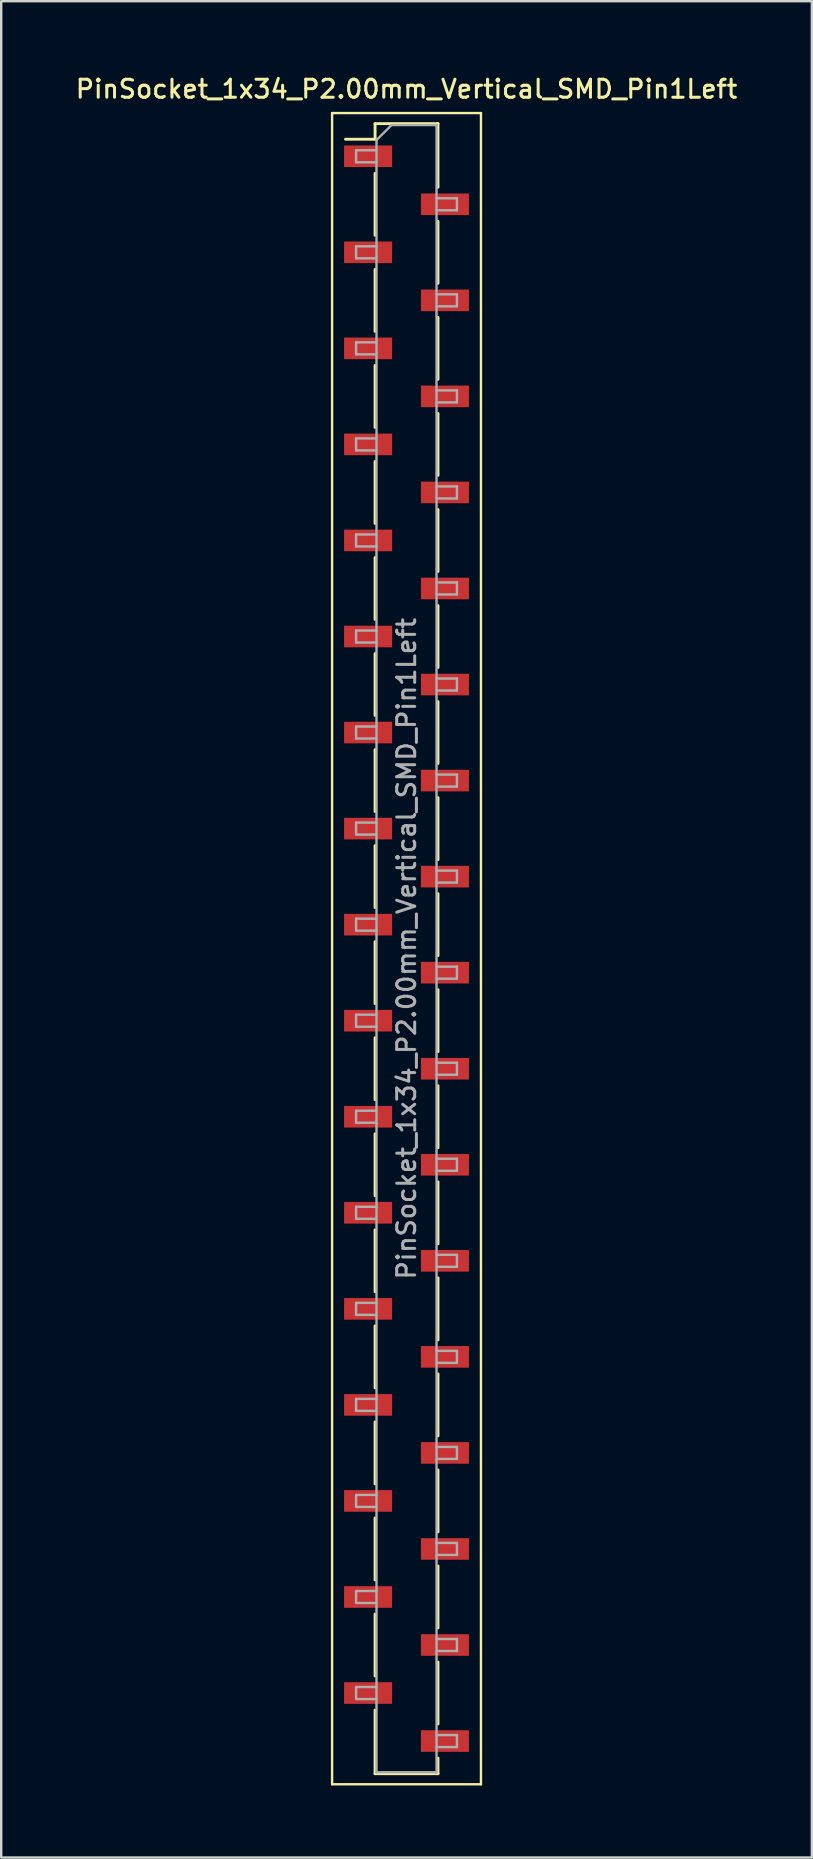
<source format=kicad_pcb>
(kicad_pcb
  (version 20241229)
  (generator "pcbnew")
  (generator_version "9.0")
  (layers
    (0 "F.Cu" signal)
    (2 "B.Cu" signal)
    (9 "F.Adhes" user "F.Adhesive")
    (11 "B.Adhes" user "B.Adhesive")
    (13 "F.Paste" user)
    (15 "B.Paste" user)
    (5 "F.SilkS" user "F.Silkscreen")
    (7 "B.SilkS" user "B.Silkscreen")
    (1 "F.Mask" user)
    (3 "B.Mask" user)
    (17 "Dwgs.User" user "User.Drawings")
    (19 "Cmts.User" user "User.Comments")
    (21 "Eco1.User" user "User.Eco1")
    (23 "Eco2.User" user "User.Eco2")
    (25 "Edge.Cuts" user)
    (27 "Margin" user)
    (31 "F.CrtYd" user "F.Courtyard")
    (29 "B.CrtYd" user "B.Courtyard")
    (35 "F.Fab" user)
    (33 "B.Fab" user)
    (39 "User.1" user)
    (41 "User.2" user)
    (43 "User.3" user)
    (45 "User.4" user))
  (footprint "PinSocket_1x34_P2.00mm_Vertical_SMD_Pin1Left"
    (layer "F.Cu")
    (at 13.88 36.458)
    (property "Reference" "PinSocket_1x34_P2.00mm_Vertical_SMD_Pin1Left" (at 0 -35.8 0) (layer "F.SilkS") (effects (font (size 0.75 0.75) (thickness 0.125))))
    (attr smd)
    (fp_line (start -3.1 -34.8) (end 3.1 -34.8) (stroke (width 0.1) (type solid)) (layer "F.SilkS"))
    (fp_line (start -3.1 34.8) (end -3.1 -34.8) (stroke (width 0.1) (type solid)) (layer "F.SilkS"))
    (fp_line (start -2.54 -33.71) (end -1.31 -33.71) (stroke (width 0.12) (type solid)) (layer "F.SilkS"))
    (fp_line (start -1.31 -34.36) (end -1.31 -33.71) (stroke (width 0.12) (type solid)) (layer "F.SilkS"))
    (fp_line (start -1.31 -34.36) (end 1.31 -34.36) (stroke (width 0.12) (type solid)) (layer "F.SilkS"))
    (fp_line (start -1.31 -32.29) (end -1.31 -29.71) (stroke (width 0.12) (type solid)) (layer "F.SilkS"))
    (fp_line (start -1.31 -28.29) (end -1.31 -25.71) (stroke (width 0.12) (type solid)) (layer "F.SilkS"))
    (fp_line (start -1.31 -24.29) (end -1.31 -21.71) (stroke (width 0.12) (type solid)) (layer "F.SilkS"))
    (fp_line (start -1.31 -20.29) (end -1.31 -17.71) (stroke (width 0.12) (type solid)) (layer "F.SilkS"))
    (fp_line (start -1.31 -16.29) (end -1.31 -13.71) (stroke (width 0.12) (type solid)) (layer "F.SilkS"))
    (fp_line (start -1.31 -12.29) (end -1.31 -9.71) (stroke (width 0.12) (type solid)) (layer "F.SilkS"))
    (fp_line (start -1.31 -8.29) (end -1.31 -5.71) (stroke (width 0.12) (type solid)) (layer "F.SilkS"))
    (fp_line (start -1.31 -4.29) (end -1.31 -1.71) (stroke (width 0.12) (type solid)) (layer "F.SilkS"))
    (fp_line (start -1.31 -0.29) (end -1.31 2.29) (stroke (width 0.12) (type solid)) (layer "F.SilkS"))
    (fp_line (start -1.31 3.71) (end -1.31 6.29) (stroke (width 0.12) (type solid)) (layer "F.SilkS"))
    (fp_line (start -1.31 7.71) (end -1.31 10.29) (stroke (width 0.12) (type solid)) (layer "F.SilkS"))
    (fp_line (start -1.31 11.71) (end -1.31 14.29) (stroke (width 0.12) (type solid)) (layer "F.SilkS"))
    (fp_line (start -1.31 15.71) (end -1.31 18.29) (stroke (width 0.12) (type solid)) (layer "F.SilkS"))
    (fp_line (start -1.31 19.71) (end -1.31 22.29) (stroke (width 0.12) (type solid)) (layer "F.SilkS"))
    (fp_line (start -1.31 23.71) (end -1.31 26.29) (stroke (width 0.12) (type solid)) (layer "F.SilkS"))
    (fp_line (start -1.31 27.71) (end -1.31 30.29) (stroke (width 0.12) (type solid)) (layer "F.SilkS"))
    (fp_line (start -1.31 31.71) (end -1.31 34.36) (stroke (width 0.12) (type solid)) (layer "F.SilkS"))
    (fp_line (start -1.31 34.36) (end 1.31 34.36) (stroke (width 0.12) (type solid)) (layer "F.SilkS"))
    (fp_line (start 1.31 -34.36) (end 1.31 -31.71) (stroke (width 0.12) (type solid)) (layer "F.SilkS"))
    (fp_line (start 1.31 -30.29) (end 1.31 -27.71) (stroke (width 0.12) (type solid)) (layer "F.SilkS"))
    (fp_line (start 1.31 -26.29) (end 1.31 -23.71) (stroke (width 0.12) (type solid)) (layer "F.SilkS"))
    (fp_line (start 1.31 -22.29) (end 1.31 -19.71) (stroke (width 0.12) (type solid)) (layer "F.SilkS"))
    (fp_line (start 1.31 -18.29) (end 1.31 -15.71) (stroke (width 0.12) (type solid)) (layer "F.SilkS"))
    (fp_line (start 1.31 -14.29) (end 1.31 -11.71) (stroke (width 0.12) (type solid)) (layer "F.SilkS"))
    (fp_line (start 1.31 -10.29) (end 1.31 -7.71) (stroke (width 0.12) (type solid)) (layer "F.SilkS"))
    (fp_line (start 1.31 -6.29) (end 1.31 -3.71) (stroke (width 0.12) (type solid)) (layer "F.SilkS"))
    (fp_line (start 1.31 -2.29) (end 1.31 0.29) (stroke (width 0.12) (type solid)) (layer "F.SilkS"))
    (fp_line (start 1.31 1.71) (end 1.31 4.29) (stroke (width 0.12) (type solid)) (layer "F.SilkS"))
    (fp_line (start 1.31 5.71) (end 1.31 8.29) (stroke (width 0.12) (type solid)) (layer "F.SilkS"))
    (fp_line (start 1.31 9.71) (end 1.31 12.29) (stroke (width 0.12) (type solid)) (layer "F.SilkS"))
    (fp_line (start 1.31 13.71) (end 1.31 16.29) (stroke (width 0.12) (type solid)) (layer "F.SilkS"))
    (fp_line (start 1.31 17.71) (end 1.31 20.29) (stroke (width 0.12) (type solid)) (layer "F.SilkS"))
    (fp_line (start 1.31 21.71) (end 1.31 24.29) (stroke (width 0.12) (type solid)) (layer "F.SilkS"))
    (fp_line (start 1.31 25.71) (end 1.31 28.29) (stroke (width 0.12) (type solid)) (layer "F.SilkS"))
    (fp_line (start 1.31 29.71) (end 1.31 32.29) (stroke (width 0.12) (type solid)) (layer "F.SilkS"))
    (fp_line (start 1.31 33.71) (end 1.31 34.36) (stroke (width 0.12) (type solid)) (layer "F.SilkS"))
    (fp_line (start 3.1 -34.8) (end 3.1 34.8) (stroke (width 0.1) (type solid)) (layer "F.SilkS"))
    (fp_line (start 3.1 34.8) (end -3.1 34.8) (stroke (width 0.1) (type solid)) (layer "F.SilkS"))
    (fp_line (start -2.1 -33.25) (end -1.25 -33.25) (stroke (width 0.1) (type solid)) (layer "F.Fab"))
    (fp_line (start -2.1 -32.75) (end -2.1 -33.25) (stroke (width 0.1) (type solid)) (layer "F.Fab"))
    (fp_line (start -2.1 -29.25) (end -1.25 -29.25) (stroke (width 0.1) (type solid)) (layer "F.Fab"))
    (fp_line (start -2.1 -28.75) (end -2.1 -29.25) (stroke (width 0.1) (type solid)) (layer "F.Fab"))
    (fp_line (start -2.1 -25.25) (end -1.25 -25.25) (stroke (width 0.1) (type solid)) (layer "F.Fab"))
    (fp_line (start -2.1 -24.75) (end -2.1 -25.25) (stroke (width 0.1) (type solid)) (layer "F.Fab"))
    (fp_line (start -2.1 -21.25) (end -1.25 -21.25) (stroke (width 0.1) (type solid)) (layer "F.Fab"))
    (fp_line (start -2.1 -20.75) (end -2.1 -21.25) (stroke (width 0.1) (type solid)) (layer "F.Fab"))
    (fp_line (start -2.1 -17.25) (end -1.25 -17.25) (stroke (width 0.1) (type solid)) (layer "F.Fab"))
    (fp_line (start -2.1 -16.75) (end -2.1 -17.25) (stroke (width 0.1) (type solid)) (layer "F.Fab"))
    (fp_line (start -2.1 -13.25) (end -1.25 -13.25) (stroke (width 0.1) (type solid)) (layer "F.Fab"))
    (fp_line (start -2.1 -12.75) (end -2.1 -13.25) (stroke (width 0.1) (type solid)) (layer "F.Fab"))
    (fp_line (start -2.1 -9.25) (end -1.25 -9.25) (stroke (width 0.1) (type solid)) (layer "F.Fab"))
    (fp_line (start -2.1 -8.75) (end -2.1 -9.25) (stroke (width 0.1) (type solid)) (layer "F.Fab"))
    (fp_line (start -2.1 -5.25) (end -1.25 -5.25) (stroke (width 0.1) (type solid)) (layer "F.Fab"))
    (fp_line (start -2.1 -4.75) (end -2.1 -5.25) (stroke (width 0.1) (type solid)) (layer "F.Fab"))
    (fp_line (start -2.1 -1.25) (end -1.25 -1.25) (stroke (width 0.1) (type solid)) (layer "F.Fab"))
    (fp_line (start -2.1 -0.75) (end -2.1 -1.25) (stroke (width 0.1) (type solid)) (layer "F.Fab"))
    (fp_line (start -2.1 2.75) (end -1.25 2.75) (stroke (width 0.1) (type solid)) (layer "F.Fab"))
    (fp_line (start -2.1 3.25) (end -2.1 2.75) (stroke (width 0.1) (type solid)) (layer "F.Fab"))
    (fp_line (start -2.1 6.75) (end -1.25 6.75) (stroke (width 0.1) (type solid)) (layer "F.Fab"))
    (fp_line (start -2.1 7.25) (end -2.1 6.75) (stroke (width 0.1) (type solid)) (layer "F.Fab"))
    (fp_line (start -2.1 10.75) (end -1.25 10.75) (stroke (width 0.1) (type solid)) (layer "F.Fab"))
    (fp_line (start -2.1 11.25) (end -2.1 10.75) (stroke (width 0.1) (type solid)) (layer "F.Fab"))
    (fp_line (start -2.1 14.75) (end -1.25 14.75) (stroke (width 0.1) (type solid)) (layer "F.Fab"))
    (fp_line (start -2.1 15.25) (end -2.1 14.75) (stroke (width 0.1) (type solid)) (layer "F.Fab"))
    (fp_line (start -2.1 18.75) (end -1.25 18.75) (stroke (width 0.1) (type solid)) (layer "F.Fab"))
    (fp_line (start -2.1 19.25) (end -2.1 18.75) (stroke (width 0.1) (type solid)) (layer "F.Fab"))
    (fp_line (start -2.1 22.75) (end -1.25 22.75) (stroke (width 0.1) (type solid)) (layer "F.Fab"))
    (fp_line (start -2.1 23.25) (end -2.1 22.75) (stroke (width 0.1) (type solid)) (layer "F.Fab"))
    (fp_line (start -2.1 26.75) (end -1.25 26.75) (stroke (width 0.1) (type solid)) (layer "F.Fab"))
    (fp_line (start -2.1 27.25) (end -2.1 26.75) (stroke (width 0.1) (type solid)) (layer "F.Fab"))
    (fp_line (start -2.1 30.75) (end -1.25 30.75) (stroke (width 0.1) (type solid)) (layer "F.Fab"))
    (fp_line (start -2.1 31.25) (end -2.1 30.75) (stroke (width 0.1) (type solid)) (layer "F.Fab"))
    (fp_line (start -1.25 -33.675) (end -0.625 -34.3) (stroke (width 0.1) (type solid)) (layer "F.Fab"))
    (fp_line (start -1.25 -32.75) (end -2.1 -32.75) (stroke (width 0.1) (type solid)) (layer "F.Fab"))
    (fp_line (start -1.25 -28.75) (end -2.1 -28.75) (stroke (width 0.1) (type solid)) (layer "F.Fab"))
    (fp_line (start -1.25 -24.75) (end -2.1 -24.75) (stroke (width 0.1) (type solid)) (layer "F.Fab"))
    (fp_line (start -1.25 -20.75) (end -2.1 -20.75) (stroke (width 0.1) (type solid)) (layer "F.Fab"))
    (fp_line (start -1.25 -16.75) (end -2.1 -16.75) (stroke (width 0.1) (type solid)) (layer "F.Fab"))
    (fp_line (start -1.25 -12.75) (end -2.1 -12.75) (stroke (width 0.1) (type solid)) (layer "F.Fab"))
    (fp_line (start -1.25 -8.75) (end -2.1 -8.75) (stroke (width 0.1) (type solid)) (layer "F.Fab"))
    (fp_line (start -1.25 -4.75) (end -2.1 -4.75) (stroke (width 0.1) (type solid)) (layer "F.Fab"))
    (fp_line (start -1.25 -0.75) (end -2.1 -0.75) (stroke (width 0.1) (type solid)) (layer "F.Fab"))
    (fp_line (start -1.25 3.25) (end -2.1 3.25) (stroke (width 0.1) (type solid)) (layer "F.Fab"))
    (fp_line (start -1.25 7.25) (end -2.1 7.25) (stroke (width 0.1) (type solid)) (layer "F.Fab"))
    (fp_line (start -1.25 11.25) (end -2.1 11.25) (stroke (width 0.1) (type solid)) (layer "F.Fab"))
    (fp_line (start -1.25 15.25) (end -2.1 15.25) (stroke (width 0.1) (type solid)) (layer "F.Fab"))
    (fp_line (start -1.25 19.25) (end -2.1 19.25) (stroke (width 0.1) (type solid)) (layer "F.Fab"))
    (fp_line (start -1.25 23.25) (end -2.1 23.25) (stroke (width 0.1) (type solid)) (layer "F.Fab"))
    (fp_line (start -1.25 27.25) (end -2.1 27.25) (stroke (width 0.1) (type solid)) (layer "F.Fab"))
    (fp_line (start -1.25 31.25) (end -2.1 31.25) (stroke (width 0.1) (type solid)) (layer "F.Fab"))
    (fp_line (start -1.25 34.3) (end -1.25 -33.675) (stroke (width 0.1) (type solid)) (layer "F.Fab"))
    (fp_line (start -0.625 -34.3) (end 1.25 -34.3) (stroke (width 0.1) (type solid)) (layer "F.Fab"))
    (fp_line (start 1.25 -34.3) (end 1.25 34.3) (stroke (width 0.1) (type solid)) (layer "F.Fab"))
    (fp_line (start 1.25 -31.25) (end 2.1 -31.25) (stroke (width 0.1) (type solid)) (layer "F.Fab"))
    (fp_line (start 1.25 -27.25) (end 2.1 -27.25) (stroke (width 0.1) (type solid)) (layer "F.Fab"))
    (fp_line (start 1.25 -23.25) (end 2.1 -23.25) (stroke (width 0.1) (type solid)) (layer "F.Fab"))
    (fp_line (start 1.25 -19.25) (end 2.1 -19.25) (stroke (width 0.1) (type solid)) (layer "F.Fab"))
    (fp_line (start 1.25 -15.25) (end 2.1 -15.25) (stroke (width 0.1) (type solid)) (layer "F.Fab"))
    (fp_line (start 1.25 -11.25) (end 2.1 -11.25) (stroke (width 0.1) (type solid)) (layer "F.Fab"))
    (fp_line (start 1.25 -7.25) (end 2.1 -7.25) (stroke (width 0.1) (type solid)) (layer "F.Fab"))
    (fp_line (start 1.25 -3.25) (end 2.1 -3.25) (stroke (width 0.1) (type solid)) (layer "F.Fab"))
    (fp_line (start 1.25 0.75) (end 2.1 0.75) (stroke (width 0.1) (type solid)) (layer "F.Fab"))
    (fp_line (start 1.25 4.75) (end 2.1 4.75) (stroke (width 0.1) (type solid)) (layer "F.Fab"))
    (fp_line (start 1.25 8.75) (end 2.1 8.75) (stroke (width 0.1) (type solid)) (layer "F.Fab"))
    (fp_line (start 1.25 12.75) (end 2.1 12.75) (stroke (width 0.1) (type solid)) (layer "F.Fab"))
    (fp_line (start 1.25 16.75) (end 2.1 16.75) (stroke (width 0.1) (type solid)) (layer "F.Fab"))
    (fp_line (start 1.25 20.75) (end 2.1 20.75) (stroke (width 0.1) (type solid)) (layer "F.Fab"))
    (fp_line (start 1.25 24.75) (end 2.1 24.75) (stroke (width 0.1) (type solid)) (layer "F.Fab"))
    (fp_line (start 1.25 28.75) (end 2.1 28.75) (stroke (width 0.1) (type solid)) (layer "F.Fab"))
    (fp_line (start 1.25 32.75) (end 2.1 32.75) (stroke (width 0.1) (type solid)) (layer "F.Fab"))
    (fp_line (start 1.25 34.3) (end -1.25 34.3) (stroke (width 0.1) (type solid)) (layer "F.Fab"))
    (fp_line (start 2.1 -31.25) (end 2.1 -30.75) (stroke (width 0.1) (type solid)) (layer "F.Fab"))
    (fp_line (start 2.1 -30.75) (end 1.25 -30.75) (stroke (width 0.1) (type solid)) (layer "F.Fab"))
    (fp_line (start 2.1 -27.25) (end 2.1 -26.75) (stroke (width 0.1) (type solid)) (layer "F.Fab"))
    (fp_line (start 2.1 -26.75) (end 1.25 -26.75) (stroke (width 0.1) (type solid)) (layer "F.Fab"))
    (fp_line (start 2.1 -23.25) (end 2.1 -22.75) (stroke (width 0.1) (type solid)) (layer "F.Fab"))
    (fp_line (start 2.1 -22.75) (end 1.25 -22.75) (stroke (width 0.1) (type solid)) (layer "F.Fab"))
    (fp_line (start 2.1 -19.25) (end 2.1 -18.75) (stroke (width 0.1) (type solid)) (layer "F.Fab"))
    (fp_line (start 2.1 -18.75) (end 1.25 -18.75) (stroke (width 0.1) (type solid)) (layer "F.Fab"))
    (fp_line (start 2.1 -15.25) (end 2.1 -14.75) (stroke (width 0.1) (type solid)) (layer "F.Fab"))
    (fp_line (start 2.1 -14.75) (end 1.25 -14.75) (stroke (width 0.1) (type solid)) (layer "F.Fab"))
    (fp_line (start 2.1 -11.25) (end 2.1 -10.75) (stroke (width 0.1) (type solid)) (layer "F.Fab"))
    (fp_line (start 2.1 -10.75) (end 1.25 -10.75) (stroke (width 0.1) (type solid)) (layer "F.Fab"))
    (fp_line (start 2.1 -7.25) (end 2.1 -6.75) (stroke (width 0.1) (type solid)) (layer "F.Fab"))
    (fp_line (start 2.1 -6.75) (end 1.25 -6.75) (stroke (width 0.1) (type solid)) (layer "F.Fab"))
    (fp_line (start 2.1 -3.25) (end 2.1 -2.75) (stroke (width 0.1) (type solid)) (layer "F.Fab"))
    (fp_line (start 2.1 -2.75) (end 1.25 -2.75) (stroke (width 0.1) (type solid)) (layer "F.Fab"))
    (fp_line (start 2.1 0.75) (end 2.1 1.25) (stroke (width 0.1) (type solid)) (layer "F.Fab"))
    (fp_line (start 2.1 1.25) (end 1.25 1.25) (stroke (width 0.1) (type solid)) (layer "F.Fab"))
    (fp_line (start 2.1 4.75) (end 2.1 5.25) (stroke (width 0.1) (type solid)) (layer "F.Fab"))
    (fp_line (start 2.1 5.25) (end 1.25 5.25) (stroke (width 0.1) (type solid)) (layer "F.Fab"))
    (fp_line (start 2.1 8.75) (end 2.1 9.25) (stroke (width 0.1) (type solid)) (layer "F.Fab"))
    (fp_line (start 2.1 9.25) (end 1.25 9.25) (stroke (width 0.1) (type solid)) (layer "F.Fab"))
    (fp_line (start 2.1 12.75) (end 2.1 13.25) (stroke (width 0.1) (type solid)) (layer "F.Fab"))
    (fp_line (start 2.1 13.25) (end 1.25 13.25) (stroke (width 0.1) (type solid)) (layer "F.Fab"))
    (fp_line (start 2.1 16.75) (end 2.1 17.25) (stroke (width 0.1) (type solid)) (layer "F.Fab"))
    (fp_line (start 2.1 17.25) (end 1.25 17.25) (stroke (width 0.1) (type solid)) (layer "F.Fab"))
    (fp_line (start 2.1 20.75) (end 2.1 21.25) (stroke (width 0.1) (type solid)) (layer "F.Fab"))
    (fp_line (start 2.1 21.25) (end 1.25 21.25) (stroke (width 0.1) (type solid)) (layer "F.Fab"))
    (fp_line (start 2.1 24.75) (end 2.1 25.25) (stroke (width 0.1) (type solid)) (layer "F.Fab"))
    (fp_line (start 2.1 25.25) (end 1.25 25.25) (stroke (width 0.1) (type solid)) (layer "F.Fab"))
    (fp_line (start 2.1 28.75) (end 2.1 29.25) (stroke (width 0.1) (type solid)) (layer "F.Fab"))
    (fp_line (start 2.1 29.25) (end 1.25 29.25) (stroke (width 0.1) (type solid)) (layer "F.Fab"))
    (fp_line (start 2.1 32.75) (end 2.1 33.25) (stroke (width 0.1) (type solid)) (layer "F.Fab"))
    (fp_line (start 2.1 33.25) (end 1.25 33.25) (stroke (width 0.1) (type solid)) (layer "F.Fab"))
    (fp_text user "${REFERENCE}" (at 0 0 90) (layer "F.Fab") (effects (font (size 0.75 0.75) (thickness 0.125))))
    (pad "1" smd rect (at -1.6 -33) (size 2 0.9) (layers "F.Cu" "F.Mask" "F.Paste"))
    (pad "2" smd rect (at 1.6 -31) (size 2 0.9) (layers "F.Cu" "F.Mask" "F.Paste"))
    (pad "3" smd rect (at -1.6 -29) (size 2 0.9) (layers "F.Cu" "F.Mask" "F.Paste"))
    (pad "4" smd rect (at 1.6 -27) (size 2 0.9) (layers "F.Cu" "F.Mask" "F.Paste"))
    (pad "5" smd rect (at -1.6 -25) (size 2 0.9) (layers "F.Cu" "F.Mask" "F.Paste"))
    (pad "6" smd rect (at 1.6 -23) (size 2 0.9) (layers "F.Cu" "F.Mask" "F.Paste"))
    (pad "7" smd rect (at -1.6 -21) (size 2 0.9) (layers "F.Cu" "F.Mask" "F.Paste"))
    (pad "8" smd rect (at 1.6 -19) (size 2 0.9) (layers "F.Cu" "F.Mask" "F.Paste"))
    (pad "9" smd rect (at -1.6 -17) (size 2 0.9) (layers "F.Cu" "F.Mask" "F.Paste"))
    (pad "10" smd rect (at 1.6 -15) (size 2 0.9) (layers "F.Cu" "F.Mask" "F.Paste"))
    (pad "11" smd rect (at -1.6 -13) (size 2 0.9) (layers "F.Cu" "F.Mask" "F.Paste"))
    (pad "12" smd rect (at 1.6 -11) (size 2 0.9) (layers "F.Cu" "F.Mask" "F.Paste"))
    (pad "13" smd rect (at -1.6 -9) (size 2 0.9) (layers "F.Cu" "F.Mask" "F.Paste"))
    (pad "14" smd rect (at 1.6 -7) (size 2 0.9) (layers "F.Cu" "F.Mask" "F.Paste"))
    (pad "15" smd rect (at -1.6 -5) (size 2 0.9) (layers "F.Cu" "F.Mask" "F.Paste"))
    (pad "16" smd rect (at 1.6 -3) (size 2 0.9) (layers "F.Cu" "F.Mask" "F.Paste"))
    (pad "17" smd rect (at -1.6 -1) (size 2 0.9) (layers "F.Cu" "F.Mask" "F.Paste"))
    (pad "18" smd rect (at 1.6 1) (size 2 0.9) (layers "F.Cu" "F.Mask" "F.Paste"))
    (pad "19" smd rect (at -1.6 3) (size 2 0.9) (layers "F.Cu" "F.Mask" "F.Paste"))
    (pad "20" smd rect (at 1.6 5) (size 2 0.9) (layers "F.Cu" "F.Mask" "F.Paste"))
    (pad "21" smd rect (at -1.6 7) (size 2 0.9) (layers "F.Cu" "F.Mask" "F.Paste"))
    (pad "22" smd rect (at 1.6 9) (size 2 0.9) (layers "F.Cu" "F.Mask" "F.Paste"))
    (pad "23" smd rect (at -1.6 11) (size 2 0.9) (layers "F.Cu" "F.Mask" "F.Paste"))
    (pad "24" smd rect (at 1.6 13) (size 2 0.9) (layers "F.Cu" "F.Mask" "F.Paste"))
    (pad "25" smd rect (at -1.6 15) (size 2 0.9) (layers "F.Cu" "F.Mask" "F.Paste"))
    (pad "26" smd rect (at 1.6 17) (size 2 0.9) (layers "F.Cu" "F.Mask" "F.Paste"))
    (pad "27" smd rect (at -1.6 19) (size 2 0.9) (layers "F.Cu" "F.Mask" "F.Paste"))
    (pad "28" smd rect (at 1.6 21) (size 2 0.9) (layers "F.Cu" "F.Mask" "F.Paste"))
    (pad "29" smd rect (at -1.6 23) (size 2 0.9) (layers "F.Cu" "F.Mask" "F.Paste"))
    (pad "30" smd rect (at 1.6 25) (size 2 0.9) (layers "F.Cu" "F.Mask" "F.Paste"))
    (pad "31" smd rect (at -1.6 27) (size 2 0.9) (layers "F.Cu" "F.Mask" "F.Paste"))
    (pad "32" smd rect (at 1.6 29) (size 2 0.9) (layers "F.Cu" "F.Mask" "F.Paste"))
    (pad "33" smd rect (at -1.6 31) (size 2 0.9) (layers "F.Cu" "F.Mask" "F.Paste"))
    (pad "34" smd rect (at 1.6 33) (size 2 0.9) (layers "F.Cu" "F.Mask" "F.Paste")))
  (gr_rect
    (start -3 -3)
    (end 30.761 74.308)
    (stroke (width 0.1) (type default))
    (fill no)
    (layer "Edge.Cuts")))
</source>
